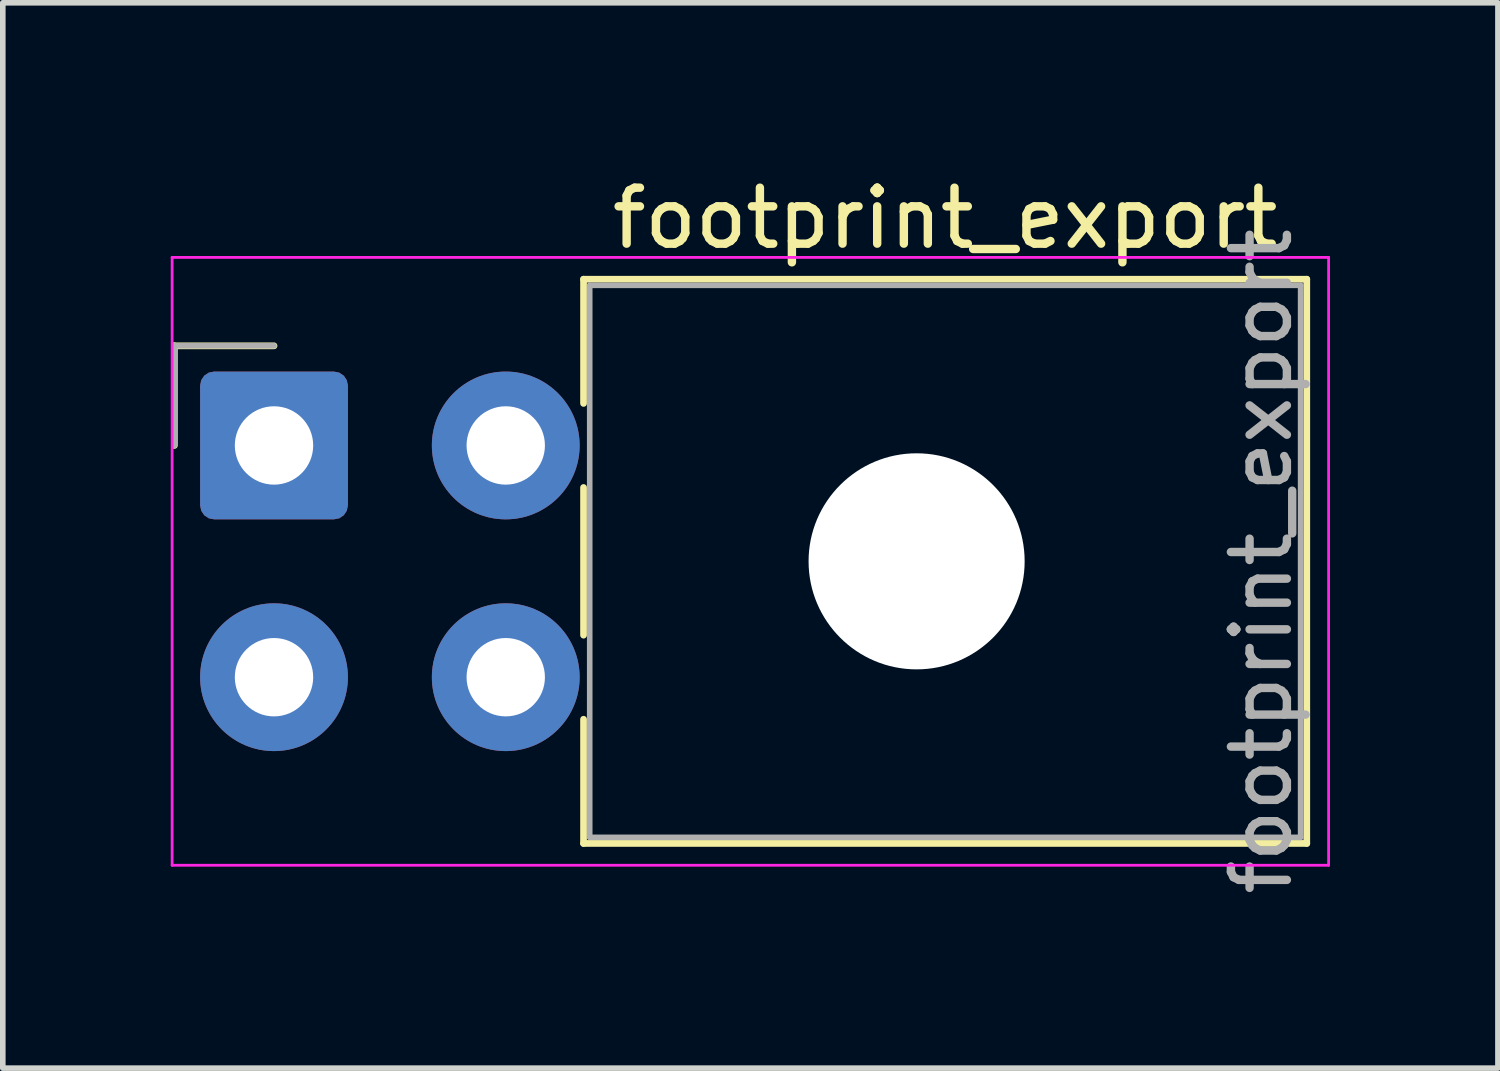
<source format=kicad_pcb>
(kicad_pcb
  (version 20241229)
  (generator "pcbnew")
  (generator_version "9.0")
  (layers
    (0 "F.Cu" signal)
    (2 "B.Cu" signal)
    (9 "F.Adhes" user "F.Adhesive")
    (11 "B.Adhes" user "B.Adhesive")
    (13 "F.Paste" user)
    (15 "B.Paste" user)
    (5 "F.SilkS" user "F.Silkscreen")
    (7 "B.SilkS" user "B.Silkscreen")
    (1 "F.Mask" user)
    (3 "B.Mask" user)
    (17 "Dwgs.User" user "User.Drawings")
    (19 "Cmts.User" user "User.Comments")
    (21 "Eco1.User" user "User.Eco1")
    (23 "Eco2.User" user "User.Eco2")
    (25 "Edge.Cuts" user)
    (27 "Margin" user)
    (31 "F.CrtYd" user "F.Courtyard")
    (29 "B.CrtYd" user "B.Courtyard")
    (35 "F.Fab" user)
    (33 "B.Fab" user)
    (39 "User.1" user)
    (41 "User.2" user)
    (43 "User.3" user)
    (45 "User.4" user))
  (footprint "footprint_export"
    (layer "F.Cu")
    (at 1.845 4.908)
    (property "Reference" "footprint_export" (at 11.99 -4.06 0) (layer "F.SilkS") (effects (font (size 1 1) (thickness 0.15))))
    (attr through_hole)
    (fp_line (start -1.78 -1.78) (end -1.78 0) (stroke (width 0.12) (type solid)) (layer "F.SilkS"))
    (fp_line (start 0 -1.78) (end -1.78 -1.78) (stroke (width 0.12) (type solid)) (layer "F.SilkS"))
    (fp_line (start 5.53 -2.97) (end 18.45 -2.97) (stroke (width 0.12) (type solid)) (layer "F.SilkS"))
    (fp_line (start 5.53 -0.751) (end 5.53 -2.97) (stroke (width 0.12) (type solid)) (layer "F.SilkS"))
    (fp_line (start 5.53 0.751) (end 5.53 3.389) (stroke (width 0.12) (type solid)) (layer "F.SilkS"))
    (fp_line (start 5.53 7.11) (end 5.53 4.891) (stroke (width 0.12) (type solid)) (layer "F.SilkS"))
    (fp_line (start 18.45 -2.97) (end 18.45 7.11) (stroke (width 0.12) (type solid)) (layer "F.SilkS"))
    (fp_line (start 18.45 7.11) (end 5.53 7.11) (stroke (width 0.12) (type solid)) (layer "F.SilkS"))
    (fp_line (start -1.82 -3.36) (end -1.82 7.5) (stroke (width 0.05) (type solid)) (layer "F.CrtYd"))
    (fp_line (start -1.82 7.5) (end 18.84 7.5) (stroke (width 0.05) (type solid)) (layer "F.CrtYd"))
    (fp_line (start 18.84 -3.36) (end -1.82 -3.36) (stroke (width 0.05) (type solid)) (layer "F.CrtYd"))
    (fp_line (start 18.84 7.5) (end 18.84 -3.36) (stroke (width 0.05) (type solid)) (layer "F.CrtYd"))
    (fp_line (start -1.78 -1.78) (end -1.78 0) (stroke (width 0.1) (type solid)) (layer "F.Fab"))
    (fp_line (start 0 -1.78) (end -1.78 -1.78) (stroke (width 0.1) (type solid)) (layer "F.Fab"))
    (fp_line (start 5.64 -2.86) (end 5.64 7) (stroke (width 0.1) (type solid)) (layer "F.Fab"))
    (fp_line (start 5.64 7) (end 18.34 7) (stroke (width 0.1) (type solid)) (layer "F.Fab"))
    (fp_line (start 18.34 -2.86) (end 5.64 -2.86) (stroke (width 0.1) (type solid)) (layer "F.Fab"))
    (fp_line (start 18.34 7) (end 18.34 -2.86) (stroke (width 0.1) (type solid)) (layer "F.Fab"))
    (fp_text user "${REFERENCE}" (at 17.64 2.07 90) (layer "F.Fab") (effects (font (size 1 1) (thickness 0.15))))
    (pad "" np_thru_hole circle (at 11.48 2.07) (size 3.86 3.86) (drill 3.86) (layers "*.Cu" "*.Mask"))
    (pad "1" thru_hole roundrect (at 0 0) (size 2.64 2.64) (drill 1.4) (layers "*.Cu" "*.Mask") (roundrect_rratio 0.095))
    (pad "2" thru_hole circle (at 0 4.14) (size 2.64 2.64) (drill 1.4) (layers "*.Cu" "*.Mask"))
    (pad "3" thru_hole circle (at 4.14 0) (size 2.64 2.64) (drill 1.4) (layers "*.Cu" "*.Mask"))
    (pad "4" thru_hole circle (at 4.14 4.14) (size 2.64 2.64) (drill 1.4) (layers "*.Cu" "*.Mask")))
  (gr_rect
    (start -3 -3)
    (end 23.71 16.032)
    (stroke (width 0.1) (type default))
    (fill no)
    (layer "Edge.Cuts")))
</source>
